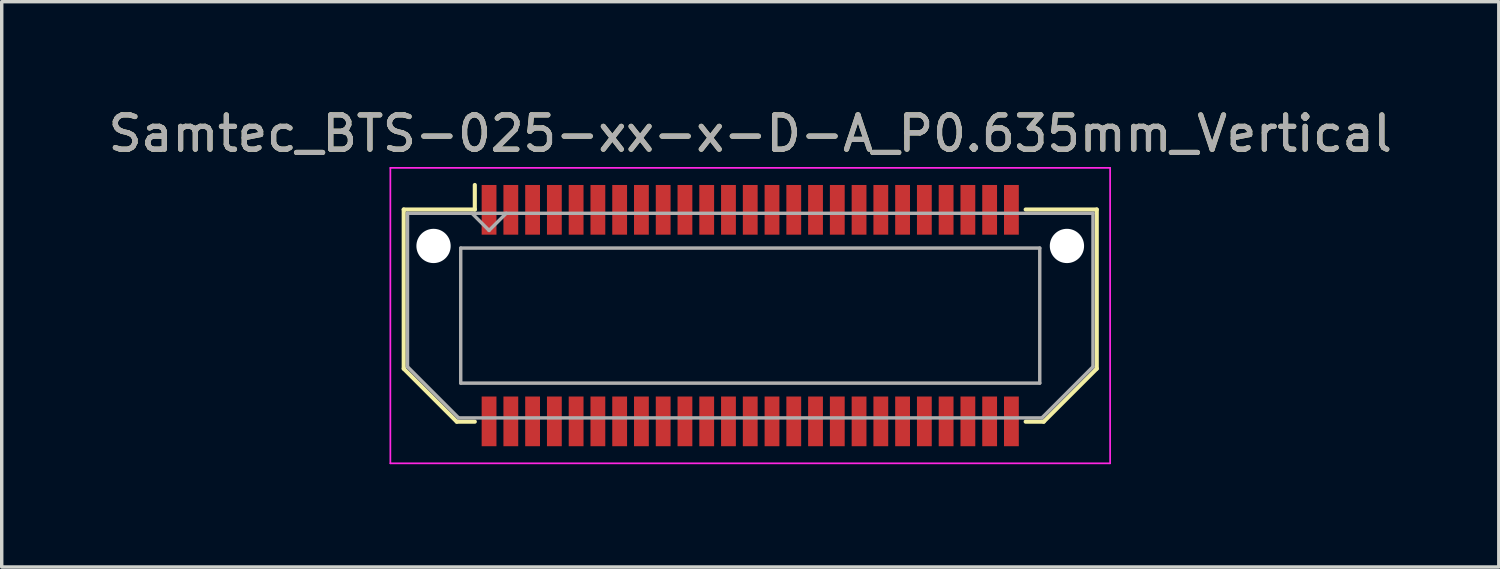
<source format=kicad_pcb>
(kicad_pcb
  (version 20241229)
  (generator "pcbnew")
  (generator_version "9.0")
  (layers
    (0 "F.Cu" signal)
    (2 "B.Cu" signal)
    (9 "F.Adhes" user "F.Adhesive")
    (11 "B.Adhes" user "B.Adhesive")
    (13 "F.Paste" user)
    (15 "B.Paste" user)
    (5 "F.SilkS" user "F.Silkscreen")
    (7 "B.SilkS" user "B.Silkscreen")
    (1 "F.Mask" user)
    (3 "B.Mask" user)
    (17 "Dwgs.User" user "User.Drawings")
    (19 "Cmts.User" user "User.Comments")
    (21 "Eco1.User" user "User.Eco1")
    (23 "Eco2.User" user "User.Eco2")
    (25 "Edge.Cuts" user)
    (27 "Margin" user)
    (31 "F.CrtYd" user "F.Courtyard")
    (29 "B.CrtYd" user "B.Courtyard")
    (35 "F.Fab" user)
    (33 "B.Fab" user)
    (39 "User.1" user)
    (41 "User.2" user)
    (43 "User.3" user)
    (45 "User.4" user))
  (footprint "Samtec_BTS-025-xx-x-D-A_P0.635mm_Vertical"
    (layer "F.Cu")
    (at 18.839 6.158)
    (property "Reference" "Samtec_BTS-025-xx-x-D-A_P0.635mm_Vertical" (at 0 -5.31 0) (layer "F.SilkS") (effects (font (size 1 1) (thickness 0.15))))
    (attr smd)
    (fp_line (start -10.11 -3.095) (end -10.11 1.548) (stroke (width 0.12) (type solid)) (layer "F.SilkS"))
    (fp_line (start -10.11 1.548) (end -8.562 3.095) (stroke (width 0.12) (type solid)) (layer "F.SilkS"))
    (fp_line (start -8.562 3.095) (end -8.036 3.095) (stroke (width 0.12) (type solid)) (layer "F.SilkS"))
    (fp_line (start -8.036 -3.811) (end -8.036 -3.095) (stroke (width 0.12) (type solid)) (layer "F.SilkS"))
    (fp_line (start -8.036 -3.095) (end -10.11 -3.095) (stroke (width 0.12) (type solid)) (layer "F.SilkS"))
    (fp_line (start 8.036 -3.095) (end 10.11 -3.095) (stroke (width 0.12) (type solid)) (layer "F.SilkS"))
    (fp_line (start 8.562 3.095) (end 8.036 3.095) (stroke (width 0.12) (type solid)) (layer "F.SilkS"))
    (fp_line (start 10.11 -3.095) (end 10.11 1.548) (stroke (width 0.12) (type solid)) (layer "F.SilkS"))
    (fp_line (start 10.11 1.548) (end 8.562 3.095) (stroke (width 0.12) (type solid)) (layer "F.SilkS"))
    (fp_line (start -10.5 -4.31) (end -10.5 4.31) (stroke (width 0.05) (type solid)) (layer "F.CrtYd"))
    (fp_line (start -10.5 4.31) (end 10.5 4.31) (stroke (width 0.05) (type solid)) (layer "F.CrtYd"))
    (fp_line (start 10.5 -4.31) (end -10.5 -4.31) (stroke (width 0.05) (type solid)) (layer "F.CrtYd"))
    (fp_line (start 10.5 4.31) (end 10.5 -4.31) (stroke (width 0.05) (type solid)) (layer "F.CrtYd"))
    (fp_line (start -10 -2.985) (end -10 1.492) (stroke (width 0.1) (type solid)) (layer "F.Fab"))
    (fp_line (start -10 -2.985) (end 10 -2.985) (stroke (width 0.1) (type solid)) (layer "F.Fab"))
    (fp_line (start -10 1.492) (end -8.508 2.985) (stroke (width 0.1) (type solid)) (layer "F.Fab"))
    (fp_line (start -8.508 2.985) (end 8.508 2.985) (stroke (width 0.1) (type solid)) (layer "F.Fab"))
    (fp_line (start -8.447 -1.97) (end -8.447 1.97) (stroke (width 0.1) (type solid)) (layer "F.Fab"))
    (fp_line (start -8.447 1.97) (end 8.447 1.97) (stroke (width 0.1) (type solid)) (layer "F.Fab"))
    (fp_line (start -7.62 -2.485) (end -8.12 -2.985) (stroke (width 0.1) (type solid)) (layer "F.Fab"))
    (fp_line (start -7.12 -2.985) (end -7.62 -2.485) (stroke (width 0.1) (type solid)) (layer "F.Fab"))
    (fp_line (start 8.447 -1.97) (end -8.447 -1.97) (stroke (width 0.1) (type solid)) (layer "F.Fab"))
    (fp_line (start 8.447 1.97) (end 8.447 -1.97) (stroke (width 0.1) (type solid)) (layer "F.Fab"))
    (fp_line (start 10 -2.985) (end 10 1.492) (stroke (width 0.1) (type solid)) (layer "F.Fab"))
    (fp_line (start 10 1.492) (end 8.508 2.985) (stroke (width 0.1) (type solid)) (layer "F.Fab"))
    (fp_text user "${REFERENCE}" (at 0 -5.31 0) (layer "F.Fab") (effects (font (size 1 1) (thickness 0.15))))
    (pad "" np_thru_hole circle (at -9.24 -2.032) (size 1 1) (drill 1) (layers "*.Cu" "*.Mask"))
    (pad "" np_thru_hole circle (at 9.24 -2.032) (size 1 1) (drill 1) (layers "*.Cu" "*.Mask"))
    (pad "1" smd rect (at -7.62 -3.086) (size 0.432 1.45) (layers "F.Cu" "F.Mask" "F.Paste"))
    (pad "2" smd rect (at -7.62 3.086) (size 0.432 1.45) (layers "F.Cu" "F.Mask" "F.Paste"))
    (pad "3" smd rect (at -6.985 -3.086) (size 0.432 1.45) (layers "F.Cu" "F.Mask" "F.Paste"))
    (pad "4" smd rect (at -6.985 3.086) (size 0.432 1.45) (layers "F.Cu" "F.Mask" "F.Paste"))
    (pad "5" smd rect (at -6.35 -3.086) (size 0.432 1.45) (layers "F.Cu" "F.Mask" "F.Paste"))
    (pad "6" smd rect (at -6.35 3.086) (size 0.432 1.45) (layers "F.Cu" "F.Mask" "F.Paste"))
    (pad "7" smd rect (at -5.715 -3.086) (size 0.432 1.45) (layers "F.Cu" "F.Mask" "F.Paste"))
    (pad "8" smd rect (at -5.715 3.086) (size 0.432 1.45) (layers "F.Cu" "F.Mask" "F.Paste"))
    (pad "9" smd rect (at -5.08 -3.086) (size 0.432 1.45) (layers "F.Cu" "F.Mask" "F.Paste"))
    (pad "10" smd rect (at -5.08 3.086) (size 0.432 1.45) (layers "F.Cu" "F.Mask" "F.Paste"))
    (pad "11" smd rect (at -4.445 -3.086) (size 0.432 1.45) (layers "F.Cu" "F.Mask" "F.Paste"))
    (pad "12" smd rect (at -4.445 3.086) (size 0.432 1.45) (layers "F.Cu" "F.Mask" "F.Paste"))
    (pad "13" smd rect (at -3.81 -3.086) (size 0.432 1.45) (layers "F.Cu" "F.Mask" "F.Paste"))
    (pad "14" smd rect (at -3.81 3.086) (size 0.432 1.45) (layers "F.Cu" "F.Mask" "F.Paste"))
    (pad "15" smd rect (at -3.175 -3.086) (size 0.432 1.45) (layers "F.Cu" "F.Mask" "F.Paste"))
    (pad "16" smd rect (at -3.175 3.086) (size 0.432 1.45) (layers "F.Cu" "F.Mask" "F.Paste"))
    (pad "17" smd rect (at -2.54 -3.086) (size 0.432 1.45) (layers "F.Cu" "F.Mask" "F.Paste"))
    (pad "18" smd rect (at -2.54 3.086) (size 0.432 1.45) (layers "F.Cu" "F.Mask" "F.Paste"))
    (pad "19" smd rect (at -1.905 -3.086) (size 0.432 1.45) (layers "F.Cu" "F.Mask" "F.Paste"))
    (pad "20" smd rect (at -1.905 3.086) (size 0.432 1.45) (layers "F.Cu" "F.Mask" "F.Paste"))
    (pad "21" smd rect (at -1.27 -3.086) (size 0.432 1.45) (layers "F.Cu" "F.Mask" "F.Paste"))
    (pad "22" smd rect (at -1.27 3.086) (size 0.432 1.45) (layers "F.Cu" "F.Mask" "F.Paste"))
    (pad "23" smd rect (at -0.635 -3.086) (size 0.432 1.45) (layers "F.Cu" "F.Mask" "F.Paste"))
    (pad "24" smd rect (at -0.635 3.086) (size 0.432 1.45) (layers "F.Cu" "F.Mask" "F.Paste"))
    (pad "25" smd rect (at 0 -3.086) (size 0.432 1.45) (layers "F.Cu" "F.Mask" "F.Paste"))
    (pad "26" smd rect (at 0 3.086) (size 0.432 1.45) (layers "F.Cu" "F.Mask" "F.Paste"))
    (pad "27" smd rect (at 0.635 -3.086) (size 0.432 1.45) (layers "F.Cu" "F.Mask" "F.Paste"))
    (pad "28" smd rect (at 0.635 3.086) (size 0.432 1.45) (layers "F.Cu" "F.Mask" "F.Paste"))
    (pad "29" smd rect (at 1.27 -3.086) (size 0.432 1.45) (layers "F.Cu" "F.Mask" "F.Paste"))
    (pad "30" smd rect (at 1.27 3.086) (size 0.432 1.45) (layers "F.Cu" "F.Mask" "F.Paste"))
    (pad "31" smd rect (at 1.905 -3.086) (size 0.432 1.45) (layers "F.Cu" "F.Mask" "F.Paste"))
    (pad "32" smd rect (at 1.905 3.086) (size 0.432 1.45) (layers "F.Cu" "F.Mask" "F.Paste"))
    (pad "33" smd rect (at 2.54 -3.086) (size 0.432 1.45) (layers "F.Cu" "F.Mask" "F.Paste"))
    (pad "34" smd rect (at 2.54 3.086) (size 0.432 1.45) (layers "F.Cu" "F.Mask" "F.Paste"))
    (pad "35" smd rect (at 3.175 -3.086) (size 0.432 1.45) (layers "F.Cu" "F.Mask" "F.Paste"))
    (pad "36" smd rect (at 3.175 3.086) (size 0.432 1.45) (layers "F.Cu" "F.Mask" "F.Paste"))
    (pad "37" smd rect (at 3.81 -3.086) (size 0.432 1.45) (layers "F.Cu" "F.Mask" "F.Paste"))
    (pad "38" smd rect (at 3.81 3.086) (size 0.432 1.45) (layers "F.Cu" "F.Mask" "F.Paste"))
    (pad "39" smd rect (at 4.445 -3.086) (size 0.432 1.45) (layers "F.Cu" "F.Mask" "F.Paste"))
    (pad "40" smd rect (at 4.445 3.086) (size 0.432 1.45) (layers "F.Cu" "F.Mask" "F.Paste"))
    (pad "41" smd rect (at 5.08 -3.086) (size 0.432 1.45) (layers "F.Cu" "F.Mask" "F.Paste"))
    (pad "42" smd rect (at 5.08 3.086) (size 0.432 1.45) (layers "F.Cu" "F.Mask" "F.Paste"))
    (pad "43" smd rect (at 5.715 -3.086) (size 0.432 1.45) (layers "F.Cu" "F.Mask" "F.Paste"))
    (pad "44" smd rect (at 5.715 3.086) (size 0.432 1.45) (layers "F.Cu" "F.Mask" "F.Paste"))
    (pad "45" smd rect (at 6.35 -3.086) (size 0.432 1.45) (layers "F.Cu" "F.Mask" "F.Paste"))
    (pad "46" smd rect (at 6.35 3.086) (size 0.432 1.45) (layers "F.Cu" "F.Mask" "F.Paste"))
    (pad "47" smd rect (at 6.985 -3.086) (size 0.432 1.45) (layers "F.Cu" "F.Mask" "F.Paste"))
    (pad "48" smd rect (at 6.985 3.086) (size 0.432 1.45) (layers "F.Cu" "F.Mask" "F.Paste"))
    (pad "49" smd rect (at 7.62 -3.086) (size 0.432 1.45) (layers "F.Cu" "F.Mask" "F.Paste"))
    (pad "50" smd rect (at 7.62 3.086) (size 0.432 1.45) (layers "F.Cu" "F.Mask" "F.Paste")))
  (gr_rect
    (start -3 -3)
    (end 40.679 13.493)
    (stroke (width 0.1) (type default))
    (fill no)
    (layer "Edge.Cuts")))
</source>
